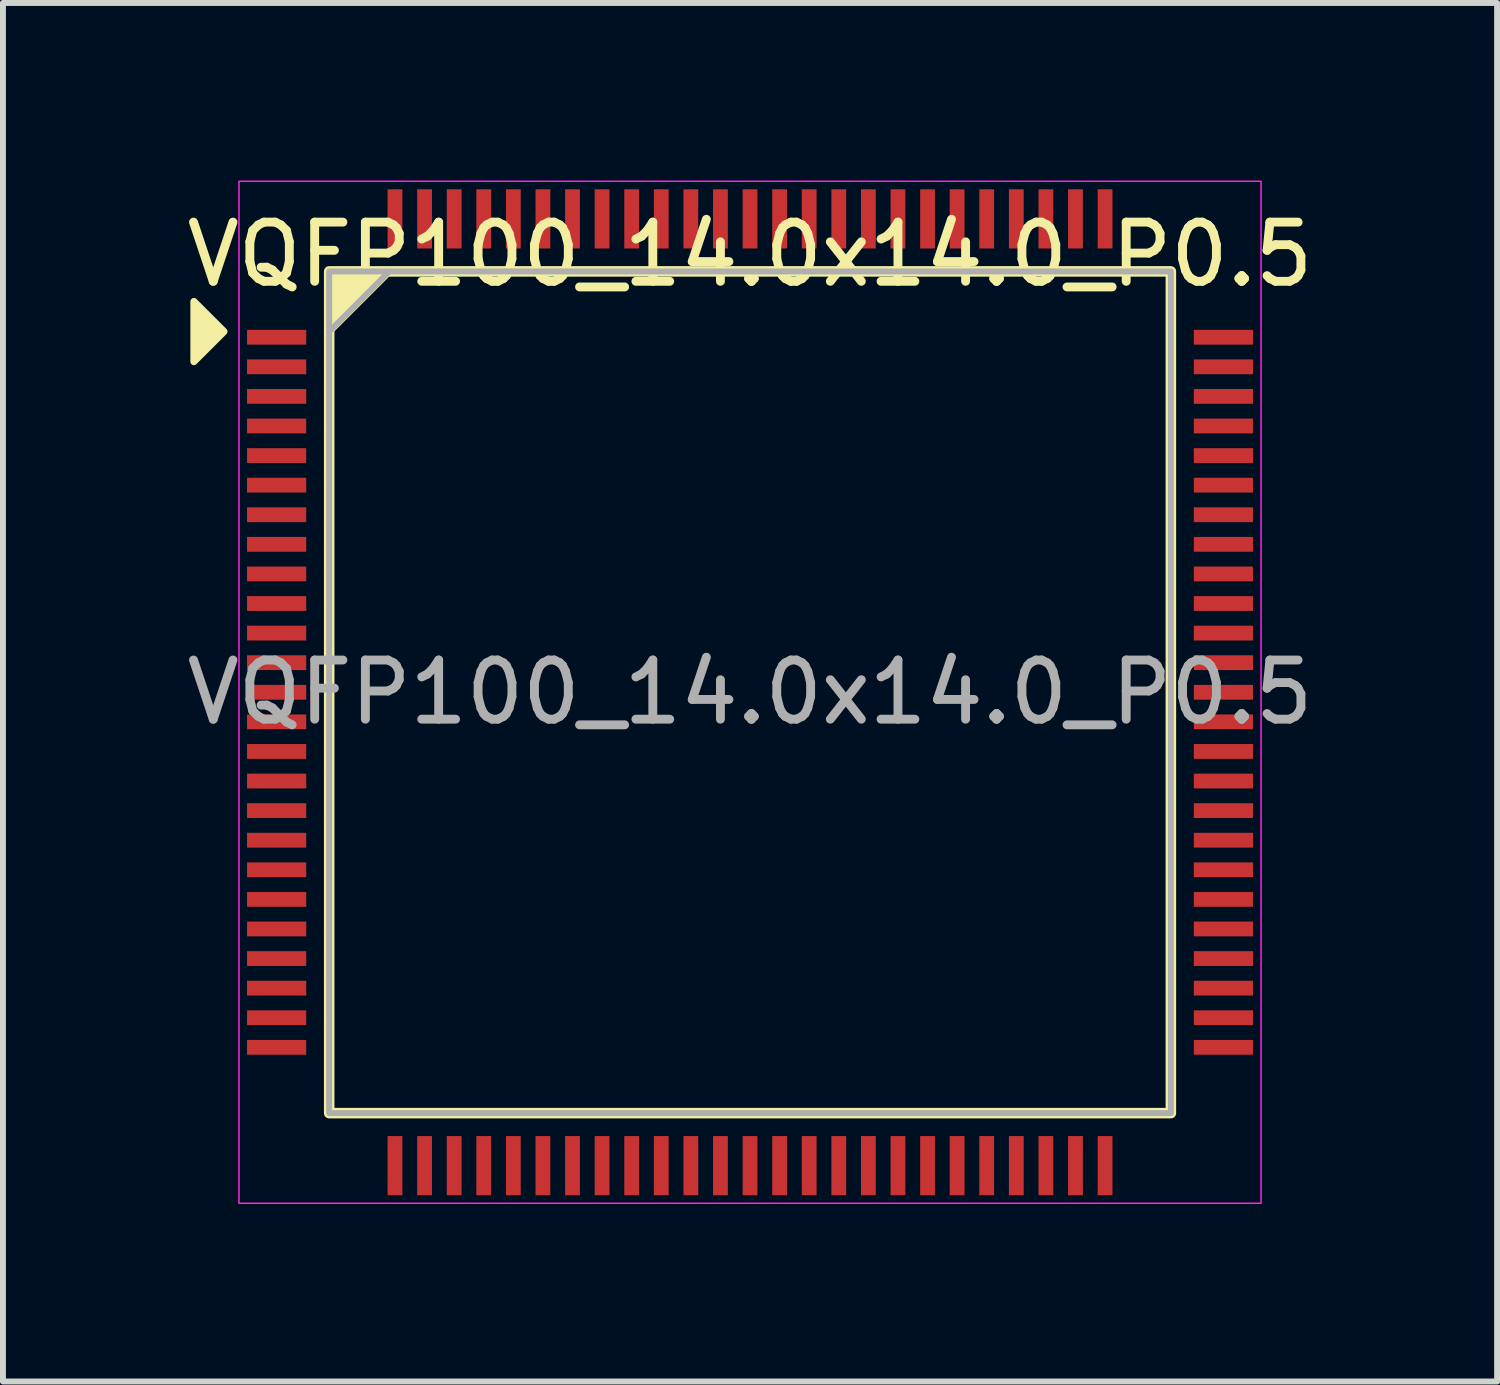
<source format=kicad_pcb>
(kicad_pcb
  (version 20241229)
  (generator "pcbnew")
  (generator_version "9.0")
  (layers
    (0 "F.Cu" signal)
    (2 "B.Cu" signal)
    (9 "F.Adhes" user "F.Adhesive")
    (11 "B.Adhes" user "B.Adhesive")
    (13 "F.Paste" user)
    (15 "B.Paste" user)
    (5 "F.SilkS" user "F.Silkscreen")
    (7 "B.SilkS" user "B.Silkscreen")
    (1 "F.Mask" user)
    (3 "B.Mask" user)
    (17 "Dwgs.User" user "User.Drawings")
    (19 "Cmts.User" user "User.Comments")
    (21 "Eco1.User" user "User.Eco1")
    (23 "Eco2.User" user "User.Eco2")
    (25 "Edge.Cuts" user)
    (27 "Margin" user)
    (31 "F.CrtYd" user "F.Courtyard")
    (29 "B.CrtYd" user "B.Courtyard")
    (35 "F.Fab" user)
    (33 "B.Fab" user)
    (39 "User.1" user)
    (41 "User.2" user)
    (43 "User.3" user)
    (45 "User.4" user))
  (footprint "VQFP100_14.0x14.0_P0.5"
    (layer "F.Cu")
    (at 9.625 8.649)
    (property "Reference" "VQFP100_14.0x14.0_P0.5" (at 0 -7.4 0) (layer "F.SilkS") (effects (font (size 1 1) (thickness 0.15))))
    (attr smd)
    (fp_rect (start -7.112 -7.112) (end 7.112 7.112) (stroke (width 0.178) (type solid)) (fill no) (layer "F.SilkS"))
    (fp_poly (pts (xy -8.89 -6.096) (xy -9.398 -5.588) (xy -9.398 -6.604)) (stroke (width 0.12) (type solid)) (fill yes) (layer "F.SilkS"))
    (fp_poly (pts (xy -7.112 -6.096) (xy -7.112 -7.112) (xy -6.096 -7.112)) (stroke (width 0.12) (type solid)) (fill yes) (layer "F.SilkS"))
    (fp_rect (start -8.636 -8.636) (end 8.636 8.636) (stroke (width 0.025) (type solid)) (fill no) (layer "F.CrtYd"))
    (fp_line (start -7.112 -6.096) (end -6.096 -7.112) (stroke (width 0.1) (type solid)) (layer "F.Fab"))
    (fp_rect (start -7.112 7.112) (end 7.112 -7.112) (stroke (width 0.1) (type solid)) (fill no) (layer "F.Fab"))
    (fp_text user "${REFERENCE}" (at 0 0 0) (layer "F.Fab") (effects (font (size 1 1) (thickness 0.15))))
    (pad "1" smd rect (at -8 -6) (size 1 0.25) (layers "F.Cu" "F.Mask" "F.Paste"))
    (pad "2" smd rect (at -8 -5.5) (size 1 0.25) (layers "F.Cu" "F.Mask" "F.Paste"))
    (pad "3" smd rect (at -8 -5) (size 1 0.25) (layers "F.Cu" "F.Mask" "F.Paste"))
    (pad "4" smd rect (at -8 -4.5) (size 1 0.25) (layers "F.Cu" "F.Mask" "F.Paste"))
    (pad "5" smd rect (at -8 -4) (size 1 0.25) (layers "F.Cu" "F.Mask" "F.Paste"))
    (pad "6" smd rect (at -8 -3.5) (size 1 0.25) (layers "F.Cu" "F.Mask" "F.Paste"))
    (pad "7" smd rect (at -8 -3) (size 1 0.25) (layers "F.Cu" "F.Mask" "F.Paste"))
    (pad "8" smd rect (at -8 -2.5) (size 1 0.25) (layers "F.Cu" "F.Mask" "F.Paste"))
    (pad "9" smd rect (at -8 -2) (size 1 0.25) (layers "F.Cu" "F.Mask" "F.Paste"))
    (pad "10" smd rect (at -8 -1.5) (size 1 0.25) (layers "F.Cu" "F.Mask" "F.Paste"))
    (pad "11" smd rect (at -8 -1) (size 1 0.25) (layers "F.Cu" "F.Mask" "F.Paste"))
    (pad "12" smd rect (at -8 -0.5) (size 1 0.25) (layers "F.Cu" "F.Mask" "F.Paste"))
    (pad "13" smd rect (at -8 0) (size 1 0.25) (layers "F.Cu" "F.Mask" "F.Paste"))
    (pad "14" smd rect (at -8 0.5) (size 1 0.25) (layers "F.Cu" "F.Mask" "F.Paste"))
    (pad "15" smd rect (at -8 1) (size 1 0.25) (layers "F.Cu" "F.Mask" "F.Paste"))
    (pad "16" smd rect (at -8 1.5) (size 1 0.25) (layers "F.Cu" "F.Mask" "F.Paste"))
    (pad "17" smd rect (at -8 2) (size 1 0.25) (layers "F.Cu" "F.Mask" "F.Paste"))
    (pad "18" smd rect (at -8 2.5) (size 1 0.25) (layers "F.Cu" "F.Mask" "F.Paste"))
    (pad "19" smd rect (at -8 3) (size 1 0.25) (layers "F.Cu" "F.Mask" "F.Paste"))
    (pad "20" smd rect (at -8 3.5) (size 1 0.25) (layers "F.Cu" "F.Mask" "F.Paste"))
    (pad "21" smd rect (at -8 4) (size 1 0.25) (layers "F.Cu" "F.Mask" "F.Paste"))
    (pad "22" smd rect (at -8 4.5) (size 1 0.25) (layers "F.Cu" "F.Mask" "F.Paste"))
    (pad "23" smd rect (at -8 5) (size 1 0.25) (layers "F.Cu" "F.Mask" "F.Paste"))
    (pad "24" smd rect (at -8 5.5) (size 1 0.25) (layers "F.Cu" "F.Mask" "F.Paste"))
    (pad "25" smd rect (at -8 6) (size 1 0.25) (layers "F.Cu" "F.Mask" "F.Paste"))
    (pad "26" smd rect (at -6 8) (size 0.25 1) (layers "F.Cu" "F.Mask" "F.Paste"))
    (pad "27" smd rect (at -5.5 8) (size 0.25 1) (layers "F.Cu" "F.Mask" "F.Paste"))
    (pad "28" smd rect (at -5 8) (size 0.25 1) (layers "F.Cu" "F.Mask" "F.Paste"))
    (pad "29" smd rect (at -4.5 8) (size 0.25 1) (layers "F.Cu" "F.Mask" "F.Paste"))
    (pad "30" smd rect (at -4 8) (size 0.25 1) (layers "F.Cu" "F.Mask" "F.Paste"))
    (pad "31" smd rect (at -3.5 8) (size 0.25 1) (layers "F.Cu" "F.Mask" "F.Paste"))
    (pad "32" smd rect (at -3 8) (size 0.25 1) (layers "F.Cu" "F.Mask" "F.Paste"))
    (pad "33" smd rect (at -2.5 8) (size 0.25 1) (layers "F.Cu" "F.Mask" "F.Paste"))
    (pad "34" smd rect (at -2 8) (size 0.25 1) (layers "F.Cu" "F.Mask" "F.Paste"))
    (pad "35" smd rect (at -1.5 8) (size 0.25 1) (layers "F.Cu" "F.Mask" "F.Paste"))
    (pad "36" smd rect (at -1 8) (size 0.25 1) (layers "F.Cu" "F.Mask" "F.Paste"))
    (pad "37" smd rect (at -0.5 8) (size 0.25 1) (layers "F.Cu" "F.Mask" "F.Paste"))
    (pad "38" smd rect (at 0 8) (size 0.25 1) (layers "F.Cu" "F.Mask" "F.Paste"))
    (pad "39" smd rect (at 0.5 8) (size 0.25 1) (layers "F.Cu" "F.Mask" "F.Paste"))
    (pad "40" smd rect (at 1 8) (size 0.25 1) (layers "F.Cu" "F.Mask" "F.Paste"))
    (pad "41" smd rect (at 1.5 8) (size 0.25 1) (layers "F.Cu" "F.Mask" "F.Paste"))
    (pad "42" smd rect (at 2 8) (size 0.25 1) (layers "F.Cu" "F.Mask" "F.Paste"))
    (pad "43" smd rect (at 2.5 8) (size 0.25 1) (layers "F.Cu" "F.Mask" "F.Paste"))
    (pad "44" smd rect (at 3 8) (size 0.25 1) (layers "F.Cu" "F.Mask" "F.Paste"))
    (pad "45" smd rect (at 3.5 8) (size 0.25 1) (layers "F.Cu" "F.Mask" "F.Paste"))
    (pad "46" smd rect (at 4 8) (size 0.25 1) (layers "F.Cu" "F.Mask" "F.Paste"))
    (pad "47" smd rect (at 4.5 8) (size 0.25 1) (layers "F.Cu" "F.Mask" "F.Paste"))
    (pad "48" smd rect (at 5 8) (size 0.25 1) (layers "F.Cu" "F.Mask" "F.Paste"))
    (pad "49" smd rect (at 5.5 8) (size 0.25 1) (layers "F.Cu" "F.Mask" "F.Paste"))
    (pad "50" smd rect (at 6 8) (size 0.25 1) (layers "F.Cu" "F.Mask" "F.Paste"))
    (pad "51" smd rect (at 8 6) (size 1 0.25) (layers "F.Cu" "F.Mask" "F.Paste"))
    (pad "52" smd rect (at 8 5.5) (size 1 0.25) (layers "F.Cu" "F.Mask" "F.Paste"))
    (pad "53" smd rect (at 8 5) (size 1 0.25) (layers "F.Cu" "F.Mask" "F.Paste"))
    (pad "54" smd rect (at 8 4.5) (size 1 0.25) (layers "F.Cu" "F.Mask" "F.Paste"))
    (pad "55" smd rect (at 8 4) (size 1 0.25) (layers "F.Cu" "F.Mask" "F.Paste"))
    (pad "56" smd rect (at 8 3.5) (size 1 0.25) (layers "F.Cu" "F.Mask" "F.Paste"))
    (pad "57" smd rect (at 8 3) (size 1 0.25) (layers "F.Cu" "F.Mask" "F.Paste"))
    (pad "58" smd rect (at 8 2.5) (size 1 0.25) (layers "F.Cu" "F.Mask" "F.Paste"))
    (pad "59" smd rect (at 8 2) (size 1 0.25) (layers "F.Cu" "F.Mask" "F.Paste"))
    (pad "60" smd rect (at 8 1.5) (size 1 0.25) (layers "F.Cu" "F.Mask" "F.Paste"))
    (pad "61" smd rect (at 8 1) (size 1 0.25) (layers "F.Cu" "F.Mask" "F.Paste"))
    (pad "62" smd rect (at 8 0.5) (size 1 0.25) (layers "F.Cu" "F.Mask" "F.Paste"))
    (pad "63" smd rect (at 8 0) (size 1 0.25) (layers "F.Cu" "F.Mask" "F.Paste"))
    (pad "64" smd rect (at 8 -0.5) (size 1 0.25) (layers "F.Cu" "F.Mask" "F.Paste"))
    (pad "65" smd rect (at 8 -1) (size 1 0.25) (layers "F.Cu" "F.Mask" "F.Paste"))
    (pad "66" smd rect (at 8 -1.5) (size 1 0.25) (layers "F.Cu" "F.Mask" "F.Paste"))
    (pad "67" smd rect (at 8 -2) (size 1 0.25) (layers "F.Cu" "F.Mask" "F.Paste"))
    (pad "68" smd rect (at 8 -2.5) (size 1 0.25) (layers "F.Cu" "F.Mask" "F.Paste"))
    (pad "69" smd rect (at 8 -3) (size 1 0.25) (layers "F.Cu" "F.Mask" "F.Paste"))
    (pad "70" smd rect (at 8 -3.5) (size 1 0.25) (layers "F.Cu" "F.Mask" "F.Paste"))
    (pad "71" smd rect (at 8 -4) (size 1 0.25) (layers "F.Cu" "F.Mask" "F.Paste"))
    (pad "72" smd rect (at 8 -4.5) (size 1 0.25) (layers "F.Cu" "F.Mask" "F.Paste"))
    (pad "73" smd rect (at 8 -5) (size 1 0.25) (layers "F.Cu" "F.Mask" "F.Paste"))
    (pad "74" smd rect (at 8 -5.5) (size 1 0.25) (layers "F.Cu" "F.Mask" "F.Paste"))
    (pad "75" smd rect (at 8 -6) (size 1 0.25) (layers "F.Cu" "F.Mask" "F.Paste"))
    (pad "76" smd rect (at 6 -8) (size 0.25 1) (layers "F.Cu" "F.Mask" "F.Paste"))
    (pad "77" smd rect (at 5.5 -8) (size 0.25 1) (layers "F.Cu" "F.Mask" "F.Paste"))
    (pad "78" smd rect (at 5 -8) (size 0.25 1) (layers "F.Cu" "F.Mask" "F.Paste"))
    (pad "79" smd rect (at 4.5 -8) (size 0.25 1) (layers "F.Cu" "F.Mask" "F.Paste"))
    (pad "80" smd rect (at 4 -8) (size 0.25 1) (layers "F.Cu" "F.Mask" "F.Paste"))
    (pad "81" smd rect (at 3.5 -8) (size 0.25 1) (layers "F.Cu" "F.Mask" "F.Paste"))
    (pad "82" smd rect (at 3 -8) (size 0.25 1) (layers "F.Cu" "F.Mask" "F.Paste"))
    (pad "83" smd rect (at 2.5 -8) (size 0.25 1) (layers "F.Cu" "F.Mask" "F.Paste"))
    (pad "84" smd rect (at 2 -8) (size 0.25 1) (layers "F.Cu" "F.Mask" "F.Paste"))
    (pad "85" smd rect (at 1.5 -8) (size 0.25 1) (layers "F.Cu" "F.Mask" "F.Paste"))
    (pad "86" smd rect (at 1 -8) (size 0.25 1) (layers "F.Cu" "F.Mask" "F.Paste"))
    (pad "87" smd rect (at 0.5 -8) (size 0.25 1) (layers "F.Cu" "F.Mask" "F.Paste"))
    (pad "88" smd rect (at 0 -8) (size 0.25 1) (layers "F.Cu" "F.Mask" "F.Paste"))
    (pad "89" smd rect (at -0.5 -8) (size 0.25 1) (layers "F.Cu" "F.Mask" "F.Paste"))
    (pad "90" smd rect (at -1 -8) (size 0.25 1) (layers "F.Cu" "F.Mask" "F.Paste"))
    (pad "91" smd rect (at -1.5 -8) (size 0.25 1) (layers "F.Cu" "F.Mask" "F.Paste"))
    (pad "92" smd rect (at -2 -8) (size 0.25 1) (layers "F.Cu" "F.Mask" "F.Paste"))
    (pad "93" smd rect (at -2.5 -8) (size 0.25 1) (layers "F.Cu" "F.Mask" "F.Paste"))
    (pad "94" smd rect (at -3 -8) (size 0.25 1) (layers "F.Cu" "F.Mask" "F.Paste"))
    (pad "95" smd rect (at -3.5 -8) (size 0.25 1) (layers "F.Cu" "F.Mask" "F.Paste"))
    (pad "96" smd rect (at -4 -8) (size 0.25 1) (layers "F.Cu" "F.Mask" "F.Paste"))
    (pad "97" smd rect (at -4.5 -8) (size 0.25 1) (layers "F.Cu" "F.Mask" "F.Paste"))
    (pad "98" smd rect (at -5 -8) (size 0.25 1) (layers "F.Cu" "F.Mask" "F.Paste"))
    (pad "99" smd rect (at -5.5 -8) (size 0.25 1) (layers "F.Cu" "F.Mask" "F.Paste"))
    (pad "100" smd rect (at -6 -8) (size 0.25 1) (layers "F.Cu" "F.Mask" "F.Paste")))
  (gr_rect
    (start -3 -3)
    (end 22.25 20.297)
    (stroke (width 0.1) (type default))
    (fill no)
    (layer "Edge.Cuts")))
</source>
